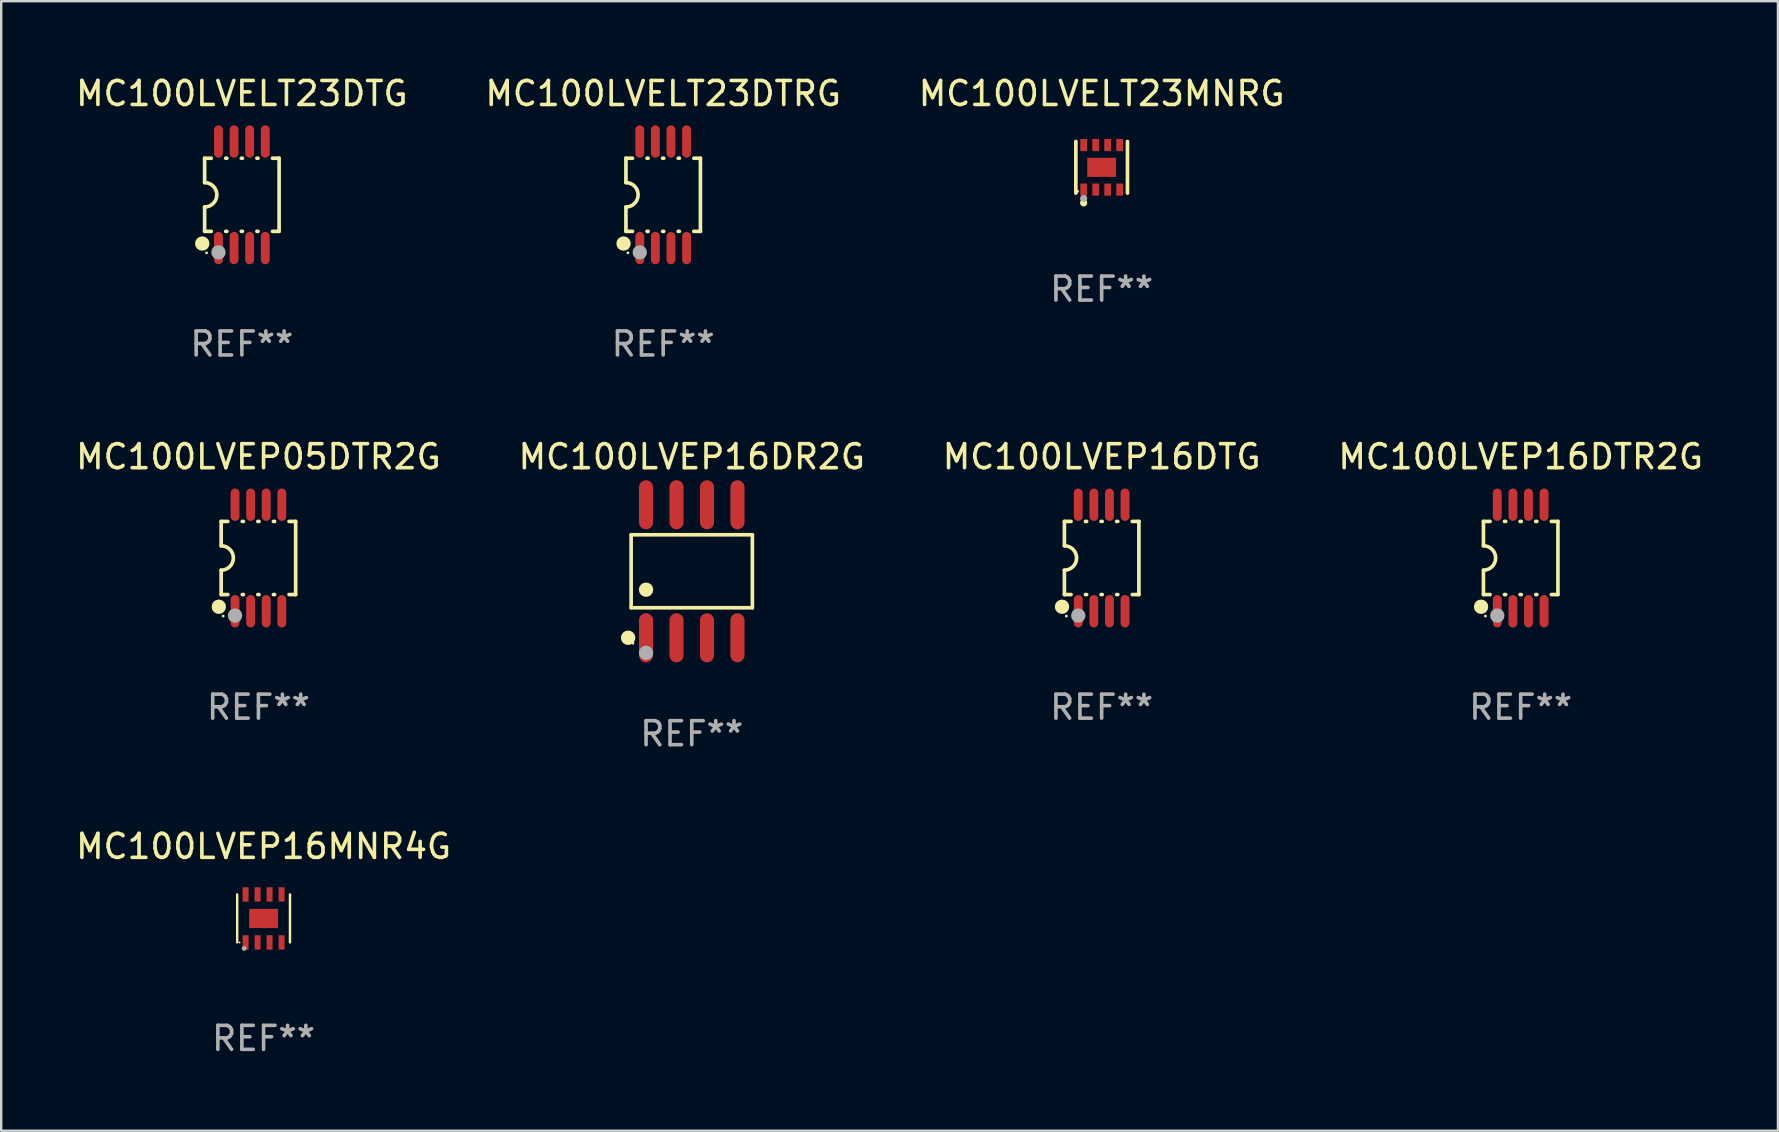
<source format=kicad_pcb>
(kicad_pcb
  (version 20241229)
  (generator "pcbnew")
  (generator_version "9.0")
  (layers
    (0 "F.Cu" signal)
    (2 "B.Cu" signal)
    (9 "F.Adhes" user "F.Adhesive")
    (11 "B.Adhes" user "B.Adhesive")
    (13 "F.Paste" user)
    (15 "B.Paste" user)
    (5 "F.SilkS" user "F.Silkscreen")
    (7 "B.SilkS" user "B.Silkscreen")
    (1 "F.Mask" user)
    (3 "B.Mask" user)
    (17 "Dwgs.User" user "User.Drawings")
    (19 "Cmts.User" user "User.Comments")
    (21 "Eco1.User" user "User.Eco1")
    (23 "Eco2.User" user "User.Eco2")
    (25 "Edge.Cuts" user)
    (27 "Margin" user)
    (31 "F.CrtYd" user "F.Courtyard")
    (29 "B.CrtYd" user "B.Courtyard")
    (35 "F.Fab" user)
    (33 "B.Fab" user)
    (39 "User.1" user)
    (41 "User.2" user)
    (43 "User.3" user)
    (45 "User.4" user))
  (footprint "MC100LVELT23MNRG"
    (layer "F.Cu")
    (at 42.863 3.924)
    (property "Reference" "MC100LVELT23MNRG" (at 0 -3.076 0) (layer "F.SilkS") (effects (font (size 1 1) (thickness 0.15))))
    (attr through_hole)
    (fp_line (start -1.076 1.076) (end -1.076 -1.076) (stroke (width 0.152) (type solid)) (layer "F.SilkS"))
    (fp_line (start 1.076 1.076) (end 1.076 -1.076) (stroke (width 0.152) (type solid)) (layer "F.SilkS"))
    (fp_circle (center -1 1) (end -0.97 1) (stroke (width 0.06) (type solid)) (fill no) (layer "F.SilkS"))
    (fp_circle (center -0.75 1.48) (end -0.675 1.48) (stroke (width 0.15) (type solid)) (fill no) (layer "F.SilkS"))
    (fp_circle (center -0.75 1.3) (end -0.675 1.3) (stroke (width 0.15) (type solid)) (fill no) (layer "F.Fab"))
    (fp_text user "REF**" (at 0 5.076 0) (layer "F.Fab") (effects (font (size 1 1) (thickness 0.15))))
    (pad "1" smd rect (at -0.75 0.928) (size 0.28 0.505) (layers "F.Cu" "F.Mask" "F.Paste"))
    (pad "2" smd rect (at -0.25 0.928) (size 0.28 0.505) (layers "F.Cu" "F.Mask" "F.Paste"))
    (pad "3" smd rect (at 0.25 0.928) (size 0.28 0.505) (layers "F.Cu" "F.Mask" "F.Paste"))
    (pad "4" smd rect (at 0.75 0.928) (size 0.28 0.505) (layers "F.Cu" "F.Mask" "F.Paste"))
    (pad "5" smd rect (at 0.75 -0.928) (size 0.28 0.505) (layers "F.Cu" "F.Mask" "F.Paste"))
    (pad "6" smd rect (at 0.25 -0.928) (size 0.28 0.505) (layers "F.Cu" "F.Mask" "F.Paste"))
    (pad "7" smd rect (at -0.25 -0.928) (size 0.28 0.505) (layers "F.Cu" "F.Mask" "F.Paste"))
    (pad "8" smd rect (at -0.75 -0.928) (size 0.28 0.505) (layers "F.Cu" "F.Mask" "F.Paste"))
    (pad "9" smd rect (at 0 0) (size 1.2 0.8) (layers "F.Cu" "F.Mask" "F.Paste")))
  (footprint "MC100LVEP16DTR2G"
    (layer "F.Cu")
    (at 60.327 20.205)
    (property "Reference" "MC100LVEP16DTR2G" (at 0 -4.22 0) (layer "F.SilkS") (effects (font (size 1 1) (thickness 0.15))))
    (attr through_hole)
    (fp_line (start -1.552 -1.524) (end -1.276 -1.524) (stroke (width 0.152) (type solid)) (layer "F.SilkS"))
    (fp_line (start -1.552 -0.508) (end -1.552 -1.524) (stroke (width 0.152) (type solid)) (layer "F.SilkS"))
    (fp_line (start -1.552 1.524) (end -1.552 0.508) (stroke (width 0.152) (type solid)) (layer "F.SilkS"))
    (fp_line (start -1.552 1.524) (end -1.276 1.524) (stroke (width 0.152) (type solid)) (layer "F.SilkS"))
    (fp_line (start -0.674 -1.524) (end -0.626 -1.524) (stroke (width 0.152) (type solid)) (layer "F.SilkS"))
    (fp_line (start -0.674 1.524) (end -0.626 1.524) (stroke (width 0.152) (type solid)) (layer "F.SilkS"))
    (fp_line (start -0.024 -1.524) (end 0.024 -1.524) (stroke (width 0.152) (type solid)) (layer "F.SilkS"))
    (fp_line (start -0.024 1.524) (end 0.024 1.524) (stroke (width 0.152) (type solid)) (layer "F.SilkS"))
    (fp_line (start 0.626 -1.524) (end 0.674 -1.524) (stroke (width 0.152) (type solid)) (layer "F.SilkS"))
    (fp_line (start 0.626 1.524) (end 0.674 1.524) (stroke (width 0.152) (type solid)) (layer "F.SilkS"))
    (fp_line (start 1.276 1.524) (end 1.552 1.524) (stroke (width 0.152) (type solid)) (layer "F.SilkS"))
    (fp_line (start 1.276 -1.524) (end 1.552 -1.524) (stroke (width 0.152) (type solid)) (layer "F.SilkS"))
    (fp_line (start 1.552 -1.524) (end 1.552 1.524) (stroke (width 0.152) (type solid)) (layer "F.SilkS"))
    (fp_arc (start -1.551943 -0.508001) (mid -1.043942 0) (end -1.551943 0.508001) (stroke (width 0.151994) (type solid)) (layer "F.SilkS"))
    (fp_circle (center -1.651 2.032) (end -1.501 2.032) (stroke (width 0.3) (type solid)) (fill no) (layer "F.SilkS"))
    (fp_circle (center -1.47 2.42) (end -1.44 2.42) (stroke (width 0.06) (type solid)) (fill no) (layer "F.SilkS"))
    (fp_circle (center -0.975 2.4) (end -0.825 2.4) (stroke (width 0.3) (type solid)) (fill no) (layer "F.Fab"))
    (fp_text user "REF**" (at 0 6.22 0) (layer "F.Fab") (effects (font (size 1 1) (thickness 0.15))))
    (pad "1" smd oval (at -0.975 2.22) (size 0.37 1.35) (layers "F.Cu" "F.Mask" "F.Paste"))
    (pad "2" smd oval (at -0.325 2.22) (size 0.37 1.35) (layers "F.Cu" "F.Mask" "F.Paste"))
    (pad "3" smd oval (at 0.325 2.22) (size 0.37 1.35) (layers "F.Cu" "F.Mask" "F.Paste"))
    (pad "4" smd oval (at 0.975 2.22) (size 0.37 1.35) (layers "F.Cu" "F.Mask" "F.Paste"))
    (pad "5" smd oval (at 0.975 -2.22) (size 0.37 1.35) (layers "F.Cu" "F.Mask" "F.Paste"))
    (pad "6" smd oval (at 0.325 -2.22) (size 0.37 1.35) (layers "F.Cu" "F.Mask" "F.Paste"))
    (pad "7" smd oval (at -0.325 -2.22) (size 0.37 1.35) (layers "F.Cu" "F.Mask" "F.Paste"))
    (pad "8" smd oval (at -0.975 -2.22) (size 0.37 1.35) (layers "F.Cu" "F.Mask" "F.Paste")))
  (footprint "MC100LVELT23DTG"
    (layer "F.Cu")
    (at 7.03 5.068)
    (property "Reference" "MC100LVELT23DTG" (at 0 -4.22 0) (layer "F.SilkS") (effects (font (size 1 1) (thickness 0.15))))
    (attr through_hole)
    (fp_line (start -1.552 -1.524) (end -1.276 -1.524) (stroke (width 0.152) (type solid)) (layer "F.SilkS"))
    (fp_line (start -1.552 -0.508) (end -1.552 -1.524) (stroke (width 0.152) (type solid)) (layer "F.SilkS"))
    (fp_line (start -1.552 1.524) (end -1.552 0.508) (stroke (width 0.152) (type solid)) (layer "F.SilkS"))
    (fp_line (start -1.552 1.524) (end -1.276 1.524) (stroke (width 0.152) (type solid)) (layer "F.SilkS"))
    (fp_line (start -0.674 -1.524) (end -0.626 -1.524) (stroke (width 0.152) (type solid)) (layer "F.SilkS"))
    (fp_line (start -0.674 1.524) (end -0.626 1.524) (stroke (width 0.152) (type solid)) (layer "F.SilkS"))
    (fp_line (start -0.024 -1.524) (end 0.024 -1.524) (stroke (width 0.152) (type solid)) (layer "F.SilkS"))
    (fp_line (start -0.024 1.524) (end 0.024 1.524) (stroke (width 0.152) (type solid)) (layer "F.SilkS"))
    (fp_line (start 0.626 -1.524) (end 0.674 -1.524) (stroke (width 0.152) (type solid)) (layer "F.SilkS"))
    (fp_line (start 0.626 1.524) (end 0.674 1.524) (stroke (width 0.152) (type solid)) (layer "F.SilkS"))
    (fp_line (start 1.276 1.524) (end 1.552 1.524) (stroke (width 0.152) (type solid)) (layer "F.SilkS"))
    (fp_line (start 1.276 -1.524) (end 1.552 -1.524) (stroke (width 0.152) (type solid)) (layer "F.SilkS"))
    (fp_line (start 1.552 -1.524) (end 1.552 1.524) (stroke (width 0.152) (type solid)) (layer "F.SilkS"))
    (fp_arc (start -1.551943 -0.508001) (mid -1.043942 0) (end -1.551943 0.508001) (stroke (width 0.151994) (type solid)) (layer "F.SilkS"))
    (fp_circle (center -1.651 2.032) (end -1.501 2.032) (stroke (width 0.3) (type solid)) (fill no) (layer "F.SilkS"))
    (fp_circle (center -1.47 2.42) (end -1.44 2.42) (stroke (width 0.06) (type solid)) (fill no) (layer "F.SilkS"))
    (fp_circle (center -0.975 2.4) (end -0.825 2.4) (stroke (width 0.3) (type solid)) (fill no) (layer "F.Fab"))
    (fp_text user "REF**" (at 0 6.22 0) (layer "F.Fab") (effects (font (size 1 1) (thickness 0.15))))
    (pad "1" smd oval (at -0.975 2.22) (size 0.37 1.35) (layers "F.Cu" "F.Mask" "F.Paste"))
    (pad "2" smd oval (at -0.325 2.22) (size 0.37 1.35) (layers "F.Cu" "F.Mask" "F.Paste"))
    (pad "3" smd oval (at 0.325 2.22) (size 0.37 1.35) (layers "F.Cu" "F.Mask" "F.Paste"))
    (pad "4" smd oval (at 0.975 2.22) (size 0.37 1.35) (layers "F.Cu" "F.Mask" "F.Paste"))
    (pad "5" smd oval (at 0.975 -2.22) (size 0.37 1.35) (layers "F.Cu" "F.Mask" "F.Paste"))
    (pad "6" smd oval (at 0.325 -2.22) (size 0.37 1.35) (layers "F.Cu" "F.Mask" "F.Paste"))
    (pad "7" smd oval (at -0.325 -2.22) (size 0.37 1.35) (layers "F.Cu" "F.Mask" "F.Paste"))
    (pad "8" smd oval (at -0.975 -2.22) (size 0.37 1.35) (layers "F.Cu" "F.Mask" "F.Paste")))
  (footprint "MC100LVEP16MNR4G"
    (layer "F.Cu")
    (at 7.935 35.227)
    (property "Reference" "MC100LVEP16MNR4G" (at 0 -3 0) (layer "F.SilkS") (effects (font (size 1 1) (thickness 0.15))))
    (attr through_hole)
    (fp_line (start -1.1 1) (end -1.1 -1) (stroke (width 0.102) (type solid)) (layer "F.SilkS"))
    (fp_line (start 1.1 1) (end 1.1 -1) (stroke (width 0.102) (type solid)) (layer "F.SilkS"))
    (fp_circle (center -1 1) (end -0.98 1) (stroke (width 0.04) (type solid)) (fill no) (layer "F.SilkS"))
    (fp_circle (center -0.81 1.25) (end -0.76 1.25) (stroke (width 0.1) (type solid)) (fill no) (layer "F.Fab"))
    (fp_text user "REF**" (at 0 5 0) (layer "F.Fab") (effects (font (size 1 1) (thickness 0.15))))
    (pad "1" smd rect (at -0.75 1 90) (size 0.6 0.25) (layers "F.Cu" "F.Mask" "F.Paste"))
    (pad "2" smd rect (at -0.25 1 90) (size 0.6 0.25) (layers "F.Cu" "F.Mask" "F.Paste"))
    (pad "3" smd rect (at 0.25 1 90) (size 0.6 0.25) (layers "F.Cu" "F.Mask" "F.Paste"))
    (pad "4" smd rect (at 0.75 1 90) (size 0.6 0.25) (layers "F.Cu" "F.Mask" "F.Paste"))
    (pad "5" smd rect (at 0.75 -1 90) (size 0.6 0.25) (layers "F.Cu" "F.Mask" "F.Paste"))
    (pad "6" smd rect (at 0.25 -1 90) (size 0.6 0.25) (layers "F.Cu" "F.Mask" "F.Paste"))
    (pad "7" smd rect (at -0.25 -1 90) (size 0.6 0.25) (layers "F.Cu" "F.Mask" "F.Paste"))
    (pad "8" smd rect (at -0.75 -1 90) (size 0.6 0.25) (layers "F.Cu" "F.Mask" "F.Paste"))
    (pad "9" smd rect (at -0.000127 0.001 180) (size 1.2 0.8) (layers "F.Cu" "F.Mask" "F.Paste")))
  (footprint "MC100LVEP16DTG"
    (layer "F.Cu")
    (at 42.863 20.205)
    (property "Reference" "MC100LVEP16DTG" (at 0 -4.22 0) (layer "F.SilkS") (effects (font (size 1 1) (thickness 0.15))))
    (attr through_hole)
    (fp_line (start -1.552 -1.524) (end -1.276 -1.524) (stroke (width 0.152) (type solid)) (layer "F.SilkS"))
    (fp_line (start -1.552 -0.508) (end -1.552 -1.524) (stroke (width 0.152) (type solid)) (layer "F.SilkS"))
    (fp_line (start -1.552 1.524) (end -1.552 0.508) (stroke (width 0.152) (type solid)) (layer "F.SilkS"))
    (fp_line (start -1.552 1.524) (end -1.276 1.524) (stroke (width 0.152) (type solid)) (layer "F.SilkS"))
    (fp_line (start -0.674 -1.524) (end -0.626 -1.524) (stroke (width 0.152) (type solid)) (layer "F.SilkS"))
    (fp_line (start -0.674 1.524) (end -0.626 1.524) (stroke (width 0.152) (type solid)) (layer "F.SilkS"))
    (fp_line (start -0.024 -1.524) (end 0.024 -1.524) (stroke (width 0.152) (type solid)) (layer "F.SilkS"))
    (fp_line (start -0.024 1.524) (end 0.024 1.524) (stroke (width 0.152) (type solid)) (layer "F.SilkS"))
    (fp_line (start 0.626 -1.524) (end 0.674 -1.524) (stroke (width 0.152) (type solid)) (layer "F.SilkS"))
    (fp_line (start 0.626 1.524) (end 0.674 1.524) (stroke (width 0.152) (type solid)) (layer "F.SilkS"))
    (fp_line (start 1.276 1.524) (end 1.552 1.524) (stroke (width 0.152) (type solid)) (layer "F.SilkS"))
    (fp_line (start 1.276 -1.524) (end 1.552 -1.524) (stroke (width 0.152) (type solid)) (layer "F.SilkS"))
    (fp_line (start 1.552 -1.524) (end 1.552 1.524) (stroke (width 0.152) (type solid)) (layer "F.SilkS"))
    (fp_arc (start -1.551943 -0.508001) (mid -1.043942 0) (end -1.551943 0.508001) (stroke (width 0.151994) (type solid)) (layer "F.SilkS"))
    (fp_circle (center -1.651 2.032) (end -1.501 2.032) (stroke (width 0.3) (type solid)) (fill no) (layer "F.SilkS"))
    (fp_circle (center -1.47 2.42) (end -1.44 2.42) (stroke (width 0.06) (type solid)) (fill no) (layer "F.SilkS"))
    (fp_circle (center -0.975 2.4) (end -0.825 2.4) (stroke (width 0.3) (type solid)) (fill no) (layer "F.Fab"))
    (fp_text user "REF**" (at 0 6.22 0) (layer "F.Fab") (effects (font (size 1 1) (thickness 0.15))))
    (pad "1" smd oval (at -0.975 2.22) (size 0.37 1.35) (layers "F.Cu" "F.Mask" "F.Paste"))
    (pad "2" smd oval (at -0.325 2.22) (size 0.37 1.35) (layers "F.Cu" "F.Mask" "F.Paste"))
    (pad "3" smd oval (at 0.325 2.22) (size 0.37 1.35) (layers "F.Cu" "F.Mask" "F.Paste"))
    (pad "4" smd oval (at 0.975 2.22) (size 0.37 1.35) (layers "F.Cu" "F.Mask" "F.Paste"))
    (pad "5" smd oval (at 0.975 -2.22) (size 0.37 1.35) (layers "F.Cu" "F.Mask" "F.Paste"))
    (pad "6" smd oval (at 0.325 -2.22) (size 0.37 1.35) (layers "F.Cu" "F.Mask" "F.Paste"))
    (pad "7" smd oval (at -0.325 -2.22) (size 0.37 1.35) (layers "F.Cu" "F.Mask" "F.Paste"))
    (pad "8" smd oval (at -0.975 -2.22) (size 0.37 1.35) (layers "F.Cu" "F.Mask" "F.Paste")))
  (footprint "MC100LVEP05DTR2G"
    (layer "F.Cu")
    (at 7.72 20.205)
    (property "Reference" "MC100LVEP05DTR2G" (at 0 -4.22 0) (layer "F.SilkS") (effects (font (size 1 1) (thickness 0.15))))
    (attr through_hole)
    (fp_line (start -1.552 -1.524) (end -1.276 -1.524) (stroke (width 0.152) (type solid)) (layer "F.SilkS"))
    (fp_line (start -1.552 -0.508) (end -1.552 -1.524) (stroke (width 0.152) (type solid)) (layer "F.SilkS"))
    (fp_line (start -1.552 1.524) (end -1.552 0.508) (stroke (width 0.152) (type solid)) (layer "F.SilkS"))
    (fp_line (start -1.552 1.524) (end -1.276 1.524) (stroke (width 0.152) (type solid)) (layer "F.SilkS"))
    (fp_line (start -0.674 -1.524) (end -0.626 -1.524) (stroke (width 0.152) (type solid)) (layer "F.SilkS"))
    (fp_line (start -0.674 1.524) (end -0.626 1.524) (stroke (width 0.152) (type solid)) (layer "F.SilkS"))
    (fp_line (start -0.024 -1.524) (end 0.024 -1.524) (stroke (width 0.152) (type solid)) (layer "F.SilkS"))
    (fp_line (start -0.024 1.524) (end 0.024 1.524) (stroke (width 0.152) (type solid)) (layer "F.SilkS"))
    (fp_line (start 0.626 -1.524) (end 0.674 -1.524) (stroke (width 0.152) (type solid)) (layer "F.SilkS"))
    (fp_line (start 0.626 1.524) (end 0.674 1.524) (stroke (width 0.152) (type solid)) (layer "F.SilkS"))
    (fp_line (start 1.276 1.524) (end 1.552 1.524) (stroke (width 0.152) (type solid)) (layer "F.SilkS"))
    (fp_line (start 1.276 -1.524) (end 1.552 -1.524) (stroke (width 0.152) (type solid)) (layer "F.SilkS"))
    (fp_line (start 1.552 -1.524) (end 1.552 1.524) (stroke (width 0.152) (type solid)) (layer "F.SilkS"))
    (fp_arc (start -1.551943 -0.508001) (mid -1.043942 0) (end -1.551943 0.508001) (stroke (width 0.151994) (type solid)) (layer "F.SilkS"))
    (fp_circle (center -1.651 2.032) (end -1.501 2.032) (stroke (width 0.3) (type solid)) (fill no) (layer "F.SilkS"))
    (fp_circle (center -1.47 2.42) (end -1.44 2.42) (stroke (width 0.06) (type solid)) (fill no) (layer "F.SilkS"))
    (fp_circle (center -0.975 2.4) (end -0.825 2.4) (stroke (width 0.3) (type solid)) (fill no) (layer "F.Fab"))
    (fp_text user "REF**" (at 0 6.22 0) (layer "F.Fab") (effects (font (size 1 1) (thickness 0.15))))
    (pad "1" smd oval (at -0.975 2.22) (size 0.37 1.35) (layers "F.Cu" "F.Mask" "F.Paste"))
    (pad "2" smd oval (at -0.325 2.22) (size 0.37 1.35) (layers "F.Cu" "F.Mask" "F.Paste"))
    (pad "3" smd oval (at 0.325 2.22) (size 0.37 1.35) (layers "F.Cu" "F.Mask" "F.Paste"))
    (pad "4" smd oval (at 0.975 2.22) (size 0.37 1.35) (layers "F.Cu" "F.Mask" "F.Paste"))
    (pad "5" smd oval (at 0.975 -2.22) (size 0.37 1.35) (layers "F.Cu" "F.Mask" "F.Paste"))
    (pad "6" smd oval (at 0.325 -2.22) (size 0.37 1.35) (layers "F.Cu" "F.Mask" "F.Paste"))
    (pad "7" smd oval (at -0.325 -2.22) (size 0.37 1.35) (layers "F.Cu" "F.Mask" "F.Paste"))
    (pad "8" smd oval (at -0.975 -2.22) (size 0.37 1.35) (layers "F.Cu" "F.Mask" "F.Paste")))
  (footprint "MC100LVEP16DR2G"
    (layer "F.Cu")
    (at 25.78 20.758)
    (property "Reference" "MC100LVEP16DR2G" (at 0 -4.772 0) (layer "F.SilkS") (effects (font (size 1 1) (thickness 0.15))))
    (attr through_hole)
    (fp_line (start -2.526 -1.521) (end 2.526 -1.521) (stroke (width 0.152) (type solid)) (layer "F.SilkS"))
    (fp_line (start -2.526 1.521) (end -2.526 -1.521) (stroke (width 0.152) (type solid)) (layer "F.SilkS"))
    (fp_line (start 2.526 -1.521) (end 2.526 1.521) (stroke (width 0.152) (type solid)) (layer "F.SilkS"))
    (fp_line (start 2.526 1.521) (end -2.526 1.521) (stroke (width 0.152) (type solid)) (layer "F.SilkS"))
    (fp_circle (center -2.652 2.772) (end -2.501 2.772) (stroke (width 0.3) (type solid)) (fill no) (layer "F.SilkS"))
    (fp_circle (center -2.45 3) (end -2.42 3) (stroke (width 0.06) (type solid)) (fill no) (layer "F.SilkS"))
    (fp_circle (center -1.905 0.769) (end -1.755 0.769) (stroke (width 0.3) (type solid)) (fill no) (layer "F.SilkS"))
    (fp_circle (center -1.905 3.4) (end -1.755 3.4) (stroke (width 0.3) (type solid)) (fill no) (layer "F.Fab"))
    (fp_text user "REF**" (at 0 6.772 0) (layer "F.Fab") (effects (font (size 1 1) (thickness 0.15))))
    (pad "1" smd oval (at -1.905 2.772) (size 0.588 2.045) (layers "F.Cu" "F.Mask" "F.Paste"))
    (pad "2" smd oval (at -0.635 2.772) (size 0.588 2.045) (layers "F.Cu" "F.Mask" "F.Paste"))
    (pad "3" smd oval (at 0.635 2.772) (size 0.588 2.045) (layers "F.Cu" "F.Mask" "F.Paste"))
    (pad "4" smd oval (at 1.905 2.772) (size 0.588 2.045) (layers "F.Cu" "F.Mask" "F.Paste"))
    (pad "5" smd oval (at 1.905 -2.772) (size 0.588 2.045) (layers "F.Cu" "F.Mask" "F.Paste"))
    (pad "6" smd oval (at 0.635 -2.772) (size 0.588 2.045) (layers "F.Cu" "F.Mask" "F.Paste"))
    (pad "7" smd oval (at -0.635 -2.772) (size 0.588 2.045) (layers "F.Cu" "F.Mask" "F.Paste"))
    (pad "8" smd oval (at -1.905 -2.772) (size 0.588 2.045) (layers "F.Cu" "F.Mask" "F.Paste")))
  (footprint "MC100LVELT23DTRG"
    (layer "F.Cu")
    (at 24.589 5.068)
    (property "Reference" "MC100LVELT23DTRG" (at 0 -4.22 0) (layer "F.SilkS") (effects (font (size 1 1) (thickness 0.15))))
    (attr through_hole)
    (fp_line (start -1.552 -1.524) (end -1.276 -1.524) (stroke (width 0.152) (type solid)) (layer "F.SilkS"))
    (fp_line (start -1.552 -0.508) (end -1.552 -1.524) (stroke (width 0.152) (type solid)) (layer "F.SilkS"))
    (fp_line (start -1.552 1.524) (end -1.552 0.508) (stroke (width 0.152) (type solid)) (layer "F.SilkS"))
    (fp_line (start -1.552 1.524) (end -1.276 1.524) (stroke (width 0.152) (type solid)) (layer "F.SilkS"))
    (fp_line (start -0.674 -1.524) (end -0.626 -1.524) (stroke (width 0.152) (type solid)) (layer "F.SilkS"))
    (fp_line (start -0.674 1.524) (end -0.626 1.524) (stroke (width 0.152) (type solid)) (layer "F.SilkS"))
    (fp_line (start -0.024 -1.524) (end 0.024 -1.524) (stroke (width 0.152) (type solid)) (layer "F.SilkS"))
    (fp_line (start -0.024 1.524) (end 0.024 1.524) (stroke (width 0.152) (type solid)) (layer "F.SilkS"))
    (fp_line (start 0.626 -1.524) (end 0.674 -1.524) (stroke (width 0.152) (type solid)) (layer "F.SilkS"))
    (fp_line (start 0.626 1.524) (end 0.674 1.524) (stroke (width 0.152) (type solid)) (layer "F.SilkS"))
    (fp_line (start 1.276 1.524) (end 1.552 1.524) (stroke (width 0.152) (type solid)) (layer "F.SilkS"))
    (fp_line (start 1.276 -1.524) (end 1.552 -1.524) (stroke (width 0.152) (type solid)) (layer "F.SilkS"))
    (fp_line (start 1.552 -1.524) (end 1.552 1.524) (stroke (width 0.152) (type solid)) (layer "F.SilkS"))
    (fp_arc (start -1.551943 -0.508001) (mid -1.043942 0) (end -1.551943 0.508001) (stroke (width 0.151994) (type solid)) (layer "F.SilkS"))
    (fp_circle (center -1.651 2.032) (end -1.501 2.032) (stroke (width 0.3) (type solid)) (fill no) (layer "F.SilkS"))
    (fp_circle (center -1.47 2.42) (end -1.44 2.42) (stroke (width 0.06) (type solid)) (fill no) (layer "F.SilkS"))
    (fp_circle (center -0.975 2.4) (end -0.825 2.4) (stroke (width 0.3) (type solid)) (fill no) (layer "F.Fab"))
    (fp_text user "REF**" (at 0 6.22 0) (layer "F.Fab") (effects (font (size 1 1) (thickness 0.15))))
    (pad "1" smd oval (at -0.975 2.22) (size 0.37 1.35) (layers "F.Cu" "F.Mask" "F.Paste"))
    (pad "2" smd oval (at -0.325 2.22) (size 0.37 1.35) (layers "F.Cu" "F.Mask" "F.Paste"))
    (pad "3" smd oval (at 0.325 2.22) (size 0.37 1.35) (layers "F.Cu" "F.Mask" "F.Paste"))
    (pad "4" smd oval (at 0.975 2.22) (size 0.37 1.35) (layers "F.Cu" "F.Mask" "F.Paste"))
    (pad "5" smd oval (at 0.975 -2.22) (size 0.37 1.35) (layers "F.Cu" "F.Mask" "F.Paste"))
    (pad "6" smd oval (at 0.325 -2.22) (size 0.37 1.35) (layers "F.Cu" "F.Mask" "F.Paste"))
    (pad "7" smd oval (at -0.325 -2.22) (size 0.37 1.35) (layers "F.Cu" "F.Mask" "F.Paste"))
    (pad "8" smd oval (at -0.975 -2.22) (size 0.37 1.35) (layers "F.Cu" "F.Mask" "F.Paste")))
  (gr_rect
    (start -3 -3)
    (end 71.048 44.075)
    (stroke (width 0.1) (type default))
    (fill no)
    (layer "Edge.Cuts")))
</source>
